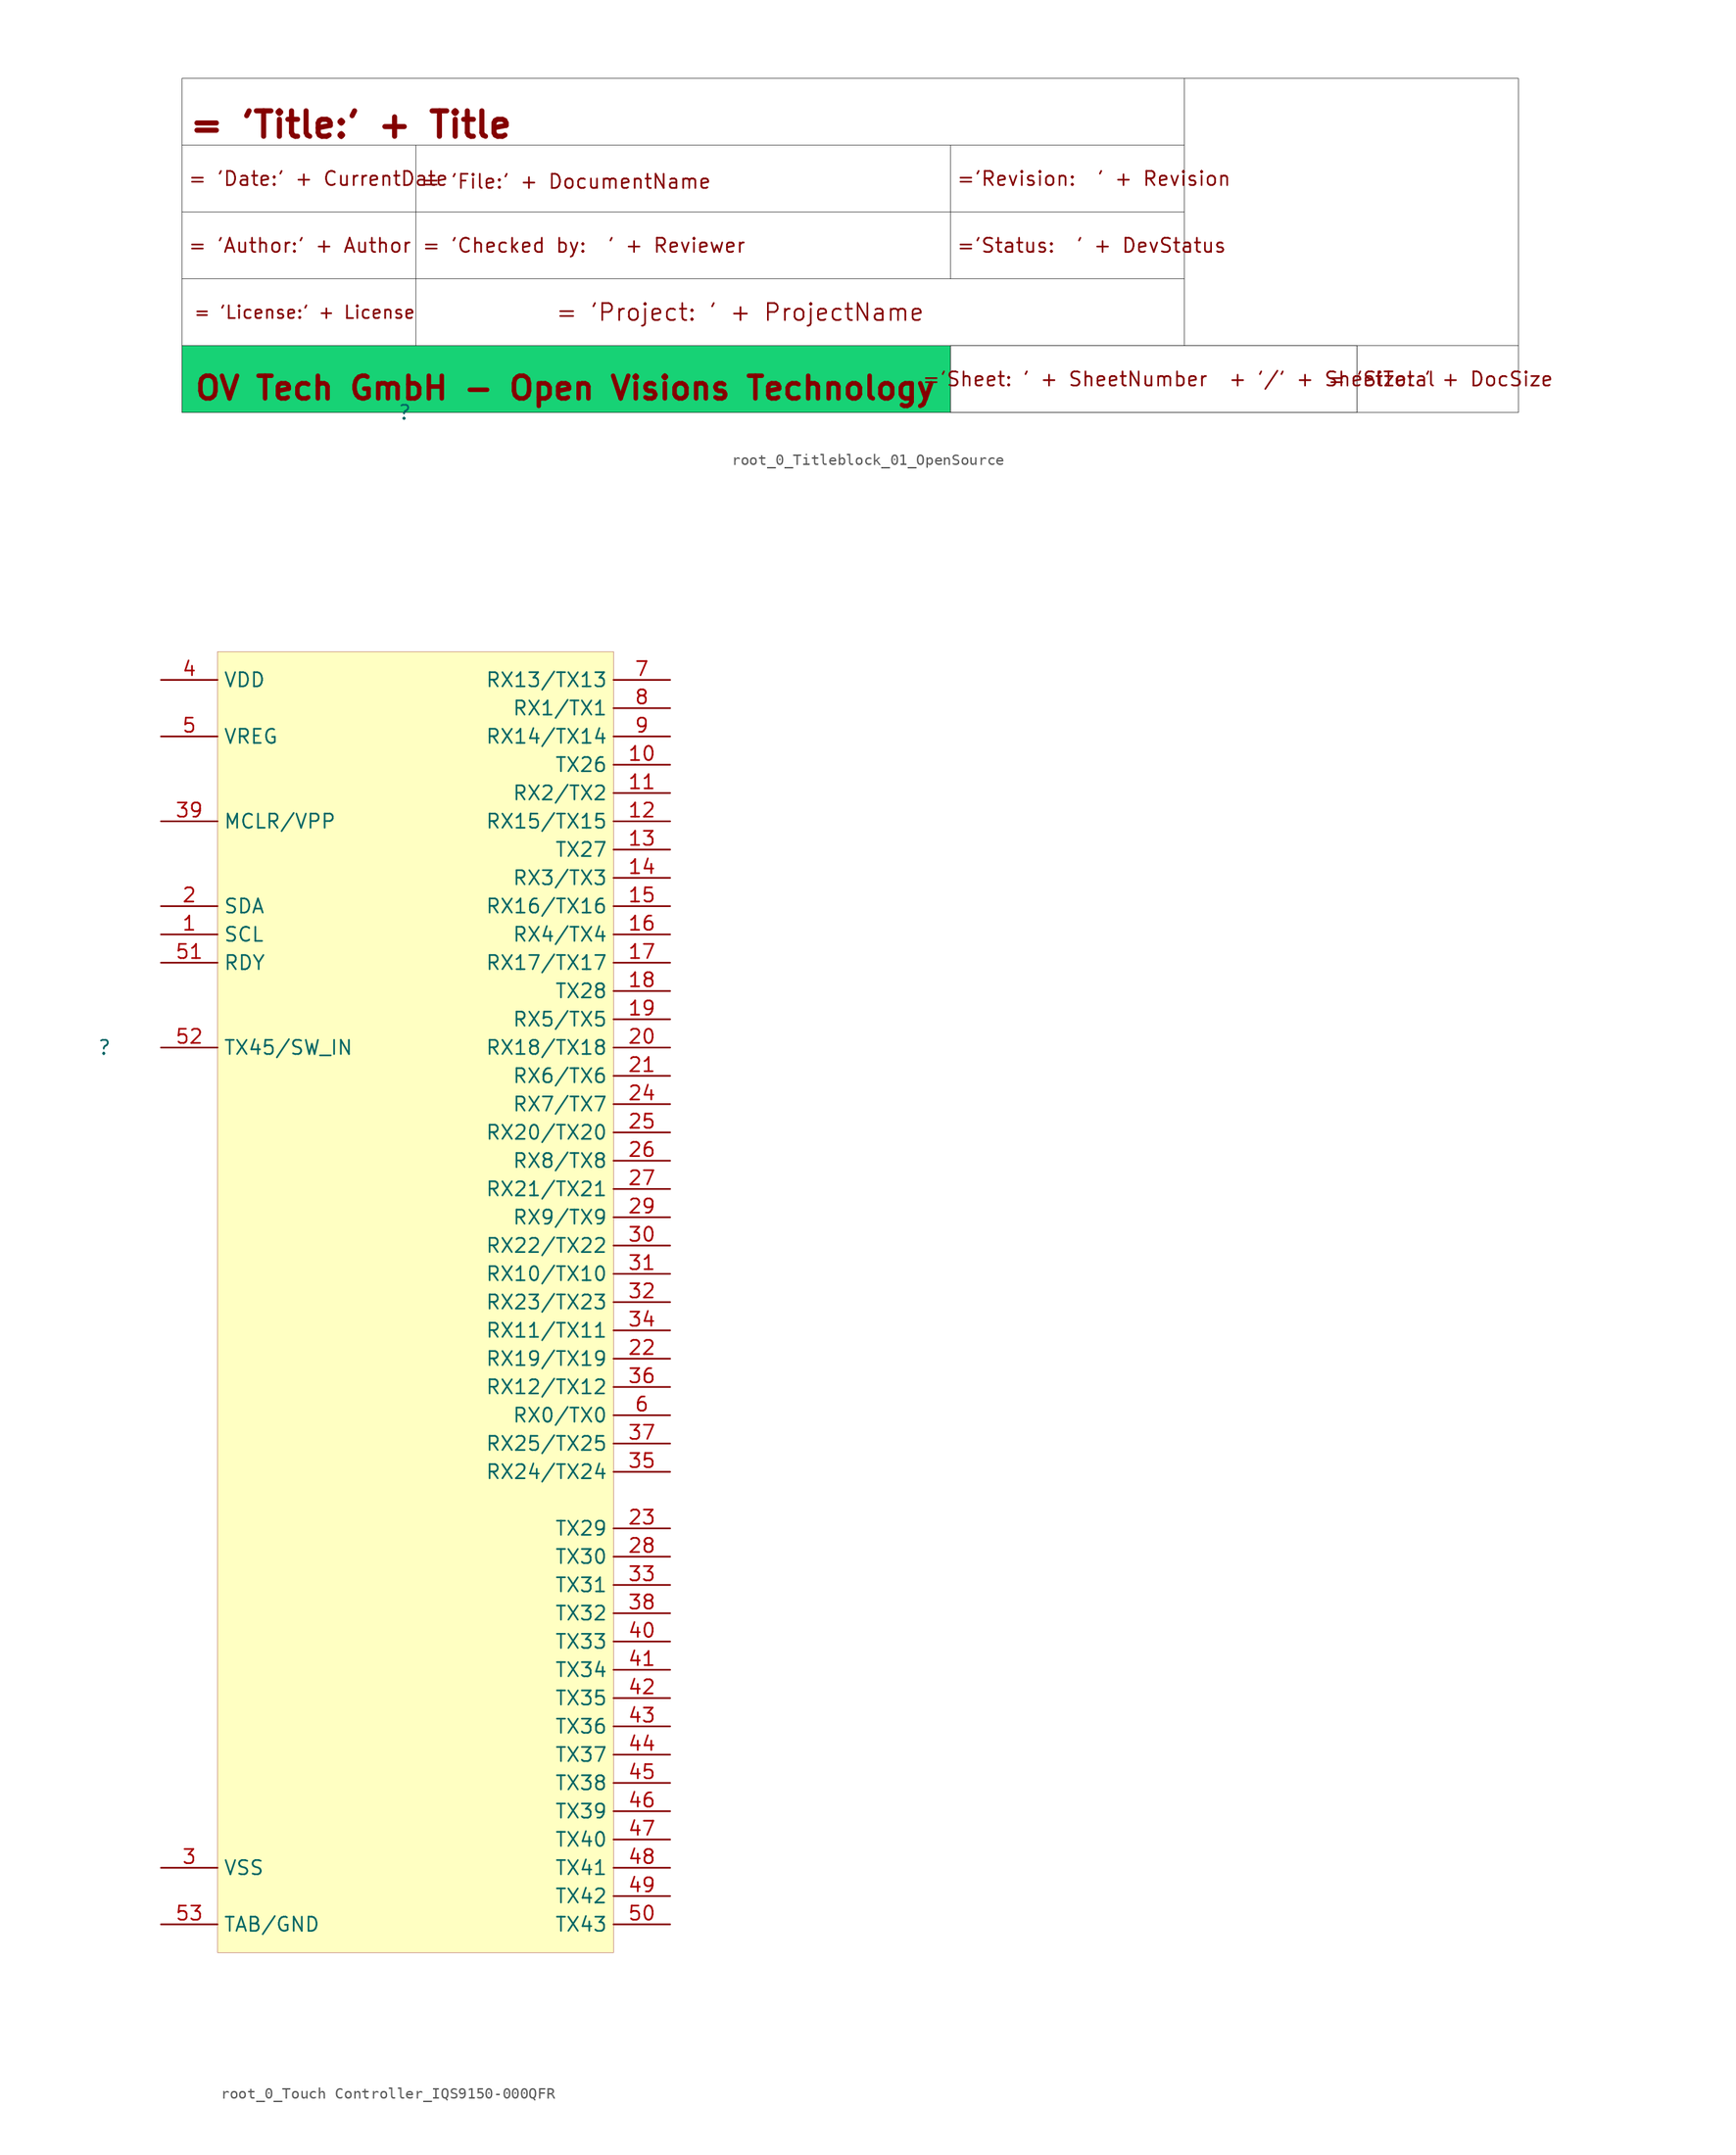
<source format=kicad_sym>
(kicad_symbol_lib
  (version 20231120)
  (generator "kicad_symbol_editor")
  (generator_version "8.0")
  (symbol "root_0_Titleblock_01_OpenSource"
    (property "Reference" ""
      (at 0 0 0)
      (effects (font (size 1.27 1.27))))
    (property "Value" ""
      (at 0 0 0)
      (effects (font (size 1.27 1.27))))
    (symbol "root_0_Titleblock_01_OpenSource_1_0"
      (rectangle (start 1 12) (end -20 6) (stroke (width 0.025) (type solid) (color 0 0 0 1)) (fill (type color) (color 255 255 255 1)))
      (rectangle (start 1 18) (end -20 12) (stroke (width 0.025) (type solid) (color 0 0 0 1)) (fill (type color) (color 255 255 255 1)))
      (rectangle (start 1 24) (end -20 18) (stroke (width 0.025) (type solid) (color 0 0 0 1)) (fill (type color) (color 255 255 255 1)))
      (rectangle (start 49 6) (end -20 0) (stroke (width 0.025) (type solid) (color 0 0 0 1)) (fill (type color) (color 23 210 117 1)))
      (rectangle (start 49 18) (end 1 12) (stroke (width 0.025) (type solid) (color 0 0 0 1)) (fill (type color) (color 255 255 255 1)))
      (rectangle (start 49 24) (end 1 18) (stroke (width 0.025) (type solid) (color 0 0 0 1)) (fill (type color) (color 255 255 255 1)))
      (rectangle (start 70 12) (end 1 6) (stroke (width 0.025) (type solid) (color 0 0 0 1)) (fill (type color) (color 255 255 255 1)))
      (rectangle (start 70 18) (end 49 12) (stroke (width 0.025) (type solid) (color 0 0 0 1)) (fill (type color) (color 255 255 255 1)))
      (rectangle (start 70 24) (end 49 18) (stroke (width 0.025) (type solid) (color 0 0 0 1)) (fill (type color) (color 255 255 255 1)))
      (rectangle (start 70 30) (end -20 24) (stroke (width 0.025) (type solid) (color 0 0 0 1)) (fill (type color) (color 255 255 255 1)))
      (rectangle (start 85.5 6) (end 49 0) (stroke (width 0.025) (type solid) (color 0 0 0 1)) (fill (type none)))
      (rectangle (start 85.5 6) (end 49 0) (stroke (width 0.025) (type solid) (color 0 0 0 1)) (fill (type color) (color 255 255 255 1)))
      (rectangle (start 100 6) (end 85.5 0) (stroke (width 0.025) (type solid) (color 0 0 0 1)) (fill (type color) (color 255 255 255 1)))
      (rectangle (start 100 30) (end -20 0) (stroke (width 0.025) (type solid) (color 0 0 0 1)) (fill (type none)))
      (rectangle (start 100 30) (end 70 6) (stroke (width 0.025) (type solid) (color 0 0 0 1)) (fill (type color) (color 255 255 255 1)))
      (text "" (at 6.5 18.5 0) (effects (font (size 1.27 1.27)) (justify left bottom)))
      (text "= 'Author:' + Author" (at -19.5 15 0) (effects (font (size 1.27 1.27)) (justify left)))
      (text "= 'Checked by:  ' + Reviewer" (at 1.5 15 0) (effects (font (size 1.27 1.27)) (justify left)))
      (text "= 'Date:' + CurrentDate" (at -19.5 21 0) (effects (font (size 1.27 1.27)) (justify left)))
      (text "= 'File:' + DocumentName" (at 1.5 20 0) (effects (font (size 1.27 1.27)) (justify left bottom)))
      (text "= 'License:' + License" (at -19 9 0) (effects (font (size 1.143 1.143)) (justify left)))
      (text "= 'Project: ' + ProjectName" (at 13.5 9 0) (effects (font (size 1.524 1.524)) (justify left)))
      (text "= 'Size: ' + DocSize" (at 93 3 0) (effects (font (size 1.27 1.27))))
      (text "= 'Title:' + Title" (at -19.5 24.5 0) (effects (font (size 2.286 2.286) (bold yes)) (justify left bottom)))
      (text "='Revision:  ' + Revision" (at 49.5 21 0) (effects (font (size 1.27 1.27)) (justify left)))
      (text "='Sheet: ' + SheetNumber  + '/' + SheetTotal" (at 69.5 3 0) (effects (font (size 1.27 1.27))))
      (text "='Status:  ' + DevStatus" (at 49.5 15 0) (effects (font (size 1.27 1.27)) (justify left)))
      (text "OV Tech GmbH - Open Visions Technology" (at -19 1 0) (effects (font (size 2.032 2.032) (bold yes)) (justify left bottom)))))
  (symbol "root_0_Touch Controller_IQS9150-000QFR"
    (property "Reference" ""
      (at 0 0 0)
      (effects (font (size 1.27 1.27))))
    (property "Value" ""
      (at 0 0 0)
      (effects (font (size 1.27 1.27))))
    (symbol "root_0_Touch Controller_IQS9150-000QFR_1_0"
      (rectangle (start 45.72 35.56) (end 10.16 -81.28) (stroke (width 0.025) (type solid) (color 128 0 0 1)) (fill (type background)))
      (pin passive line (at 5.08 10.16 0) (length 5.08) (name "SCL" (effects (font (size 1.27 1.27)))) (number "1" (effects (font (size 1.27 1.27)))))
      (pin passive line (at 50.8 25.4 180) (length 5.08) (name "TX26" (effects (font (size 1.27 1.27)))) (number "10" (effects (font (size 1.27 1.27)))))
      (pin passive line (at 50.8 22.86 180) (length 5.08) (name "RX2/TX2" (effects (font (size 1.27 1.27)))) (number "11" (effects (font (size 1.27 1.27)))))
      (pin passive line (at 50.8 20.32 180) (length 5.08) (name "RX15/TX15" (effects (font (size 1.27 1.27)))) (number "12" (effects (font (size 1.27 1.27)))))
      (pin passive line (at 50.8 17.78 180) (length 5.08) (name "TX27" (effects (font (size 1.27 1.27)))) (number "13" (effects (font (size 1.27 1.27)))))
      (pin passive line (at 50.8 15.24 180) (length 5.08) (name "RX3/TX3" (effects (font (size 1.27 1.27)))) (number "14" (effects (font (size 1.27 1.27)))))
      (pin passive line (at 50.8 12.7 180) (length 5.08) (name "RX16/TX16" (effects (font (size 1.27 1.27)))) (number "15" (effects (font (size 1.27 1.27)))))
      (pin passive line (at 50.8 10.16 180) (length 5.08) (name "RX4/TX4" (effects (font (size 1.27 1.27)))) (number "16" (effects (font (size 1.27 1.27)))))
      (pin passive line (at 50.8 7.62 180) (length 5.08) (name "RX17/TX17" (effects (font (size 1.27 1.27)))) (number "17" (effects (font (size 1.27 1.27)))))
      (pin passive line (at 50.8 5.08 180) (length 5.08) (name "TX28" (effects (font (size 1.27 1.27)))) (number "18" (effects (font (size 1.27 1.27)))))
      (pin passive line (at 50.8 2.54 180) (length 5.08) (name "RX5/TX5" (effects (font (size 1.27 1.27)))) (number "19" (effects (font (size 1.27 1.27)))))
      (pin passive line (at 5.08 12.7 0) (length 5.08) (name "SDA" (effects (font (size 1.27 1.27)))) (number "2" (effects (font (size 1.27 1.27)))))
      (pin passive line (at 50.8 0 180) (length 5.08) (name "RX18/TX18" (effects (font (size 1.27 1.27)))) (number "20" (effects (font (size 1.27 1.27)))))
      (pin passive line (at 50.8 -2.54 180) (length 5.08) (name "RX6/TX6" (effects (font (size 1.27 1.27)))) (number "21" (effects (font (size 1.27 1.27)))))
      (pin passive line (at 50.8 -27.94 180) (length 5.08) (name "RX19/TX19" (effects (font (size 1.27 1.27)))) (number "22" (effects (font (size 1.27 1.27)))))
      (pin passive line (at 50.8 -43.18 180) (length 5.08) (name "TX29" (effects (font (size 1.27 1.27)))) (number "23" (effects (font (size 1.27 1.27)))))
      (pin passive line (at 50.8 -5.08 180) (length 5.08) (name "RX7/TX7" (effects (font (size 1.27 1.27)))) (number "24" (effects (font (size 1.27 1.27)))))
      (pin passive line (at 50.8 -7.62 180) (length 5.08) (name "RX20/TX20" (effects (font (size 1.27 1.27)))) (number "25" (effects (font (size 1.27 1.27)))))
      (pin passive line (at 50.8 -10.16 180) (length 5.08) (name "RX8/TX8" (effects (font (size 1.27 1.27)))) (number "26" (effects (font (size 1.27 1.27)))))
      (pin passive line (at 50.8 -12.7 180) (length 5.08) (name "RX21/TX21" (effects (font (size 1.27 1.27)))) (number "27" (effects (font (size 1.27 1.27)))))
      (pin passive line (at 50.8 -45.72 180) (length 5.08) (name "TX30" (effects (font (size 1.27 1.27)))) (number "28" (effects (font (size 1.27 1.27)))))
      (pin passive line (at 50.8 -15.24 180) (length 5.08) (name "RX9/TX9" (effects (font (size 1.27 1.27)))) (number "29" (effects (font (size 1.27 1.27)))))
      (pin passive line (at 5.08 -73.66 0) (length 5.08) (name "VSS" (effects (font (size 1.27 1.27)))) (number "3" (effects (font (size 1.27 1.27)))))
      (pin passive line (at 50.8 -17.78 180) (length 5.08) (name "RX22/TX22" (effects (font (size 1.27 1.27)))) (number "30" (effects (font (size 1.27 1.27)))))
      (pin passive line (at 50.8 -20.32 180) (length 5.08) (name "RX10/TX10" (effects (font (size 1.27 1.27)))) (number "31" (effects (font (size 1.27 1.27)))))
      (pin passive line (at 50.8 -22.86 180) (length 5.08) (name "RX23/TX23" (effects (font (size 1.27 1.27)))) (number "32" (effects (font (size 1.27 1.27)))))
      (pin passive line (at 50.8 -48.26 180) (length 5.08) (name "TX31" (effects (font (size 1.27 1.27)))) (number "33" (effects (font (size 1.27 1.27)))))
      (pin passive line (at 50.8 -25.4 180) (length 5.08) (name "RX11/TX11" (effects (font (size 1.27 1.27)))) (number "34" (effects (font (size 1.27 1.27)))))
      (pin passive line (at 50.8 -38.1 180) (length 5.08) (name "RX24/TX24" (effects (font (size 1.27 1.27)))) (number "35" (effects (font (size 1.27 1.27)))))
      (pin passive line (at 50.8 -30.48 180) (length 5.08) (name "RX12/TX12" (effects (font (size 1.27 1.27)))) (number "36" (effects (font (size 1.27 1.27)))))
      (pin passive line (at 50.8 -35.56 180) (length 5.08) (name "RX25/TX25" (effects (font (size 1.27 1.27)))) (number "37" (effects (font (size 1.27 1.27)))))
      (pin passive line (at 50.8 -50.8 180) (length 5.08) (name "TX32" (effects (font (size 1.27 1.27)))) (number "38" (effects (font (size 1.27 1.27)))))
      (pin passive line (at 5.08 20.32 0) (length 5.08) (name "MCLR/VPP" (effects (font (size 1.27 1.27)))) (number "39" (effects (font (size 1.27 1.27)))))
      (pin passive line (at 5.08 33.02 0) (length 5.08) (name "VDD" (effects (font (size 1.27 1.27)))) (number "4" (effects (font (size 1.27 1.27)))))
      (pin passive line (at 50.8 -53.34 180) (length 5.08) (name "TX33" (effects (font (size 1.27 1.27)))) (number "40" (effects (font (size 1.27 1.27)))))
      (pin passive line (at 50.8 -55.88 180) (length 5.08) (name "TX34" (effects (font (size 1.27 1.27)))) (number "41" (effects (font (size 1.27 1.27)))))
      (pin passive line (at 50.8 -58.42 180) (length 5.08) (name "TX35" (effects (font (size 1.27 1.27)))) (number "42" (effects (font (size 1.27 1.27)))))
      (pin passive line (at 50.8 -60.96 180) (length 5.08) (name "TX36" (effects (font (size 1.27 1.27)))) (number "43" (effects (font (size 1.27 1.27)))))
      (pin passive line (at 50.8 -63.5 180) (length 5.08) (name "TX37" (effects (font (size 1.27 1.27)))) (number "44" (effects (font (size 1.27 1.27)))))
      (pin passive line (at 50.8 -66.04 180) (length 5.08) (name "TX38" (effects (font (size 1.27 1.27)))) (number "45" (effects (font (size 1.27 1.27)))))
      (pin passive line (at 50.8 -68.58 180) (length 5.08) (name "TX39" (effects (font (size 1.27 1.27)))) (number "46" (effects (font (size 1.27 1.27)))))
      (pin passive line (at 50.8 -71.12 180) (length 5.08) (name "TX40" (effects (font (size 1.27 1.27)))) (number "47" (effects (font (size 1.27 1.27)))))
      (pin passive line (at 50.8 -73.66 180) (length 5.08) (name "TX41" (effects (font (size 1.27 1.27)))) (number "48" (effects (font (size 1.27 1.27)))))
      (pin passive line (at 50.8 -76.2 180) (length 5.08) (name "TX42" (effects (font (size 1.27 1.27)))) (number "49" (effects (font (size 1.27 1.27)))))
      (pin passive line (at 5.08 27.94 0) (length 5.08) (name "VREG" (effects (font (size 1.27 1.27)))) (number "5" (effects (font (size 1.27 1.27)))))
      (pin passive line (at 50.8 -78.74 180) (length 5.08) (name "TX43" (effects (font (size 1.27 1.27)))) (number "50" (effects (font (size 1.27 1.27)))))
      (pin passive line (at 5.08 7.62 0) (length 5.08) (name "RDY" (effects (font (size 1.27 1.27)))) (number "51" (effects (font (size 1.27 1.27)))))
      (pin passive line (at 5.08 0 0) (length 5.08) (name "TX45/SW_IN" (effects (font (size 1.27 1.27)))) (number "52" (effects (font (size 1.27 1.27)))))
      (pin passive line (at 5.08 -78.74 0) (length 5.08) (name "TAB/GND" (effects (font (size 1.27 1.27)))) (number "53" (effects (font (size 1.27 1.27)))))
      (pin passive line (at 50.8 -33.02 180) (length 5.08) (name "RX0/TX0" (effects (font (size 1.27 1.27)))) (number "6" (effects (font (size 1.27 1.27)))))
      (pin passive line (at 50.8 33.02 180) (length 5.08) (name "RX13/TX13" (effects (font (size 1.27 1.27)))) (number "7" (effects (font (size 1.27 1.27)))))
      (pin passive line (at 50.8 30.48 180) (length 5.08) (name "RX1/TX1" (effects (font (size 1.27 1.27)))) (number "8" (effects (font (size 1.27 1.27)))))
      (pin passive line (at 50.8 27.94 180) (length 5.08) (name "RX14/TX14" (effects (font (size 1.27 1.27)))) (number "9" (effects (font (size 1.27 1.27))))))))
</source>
